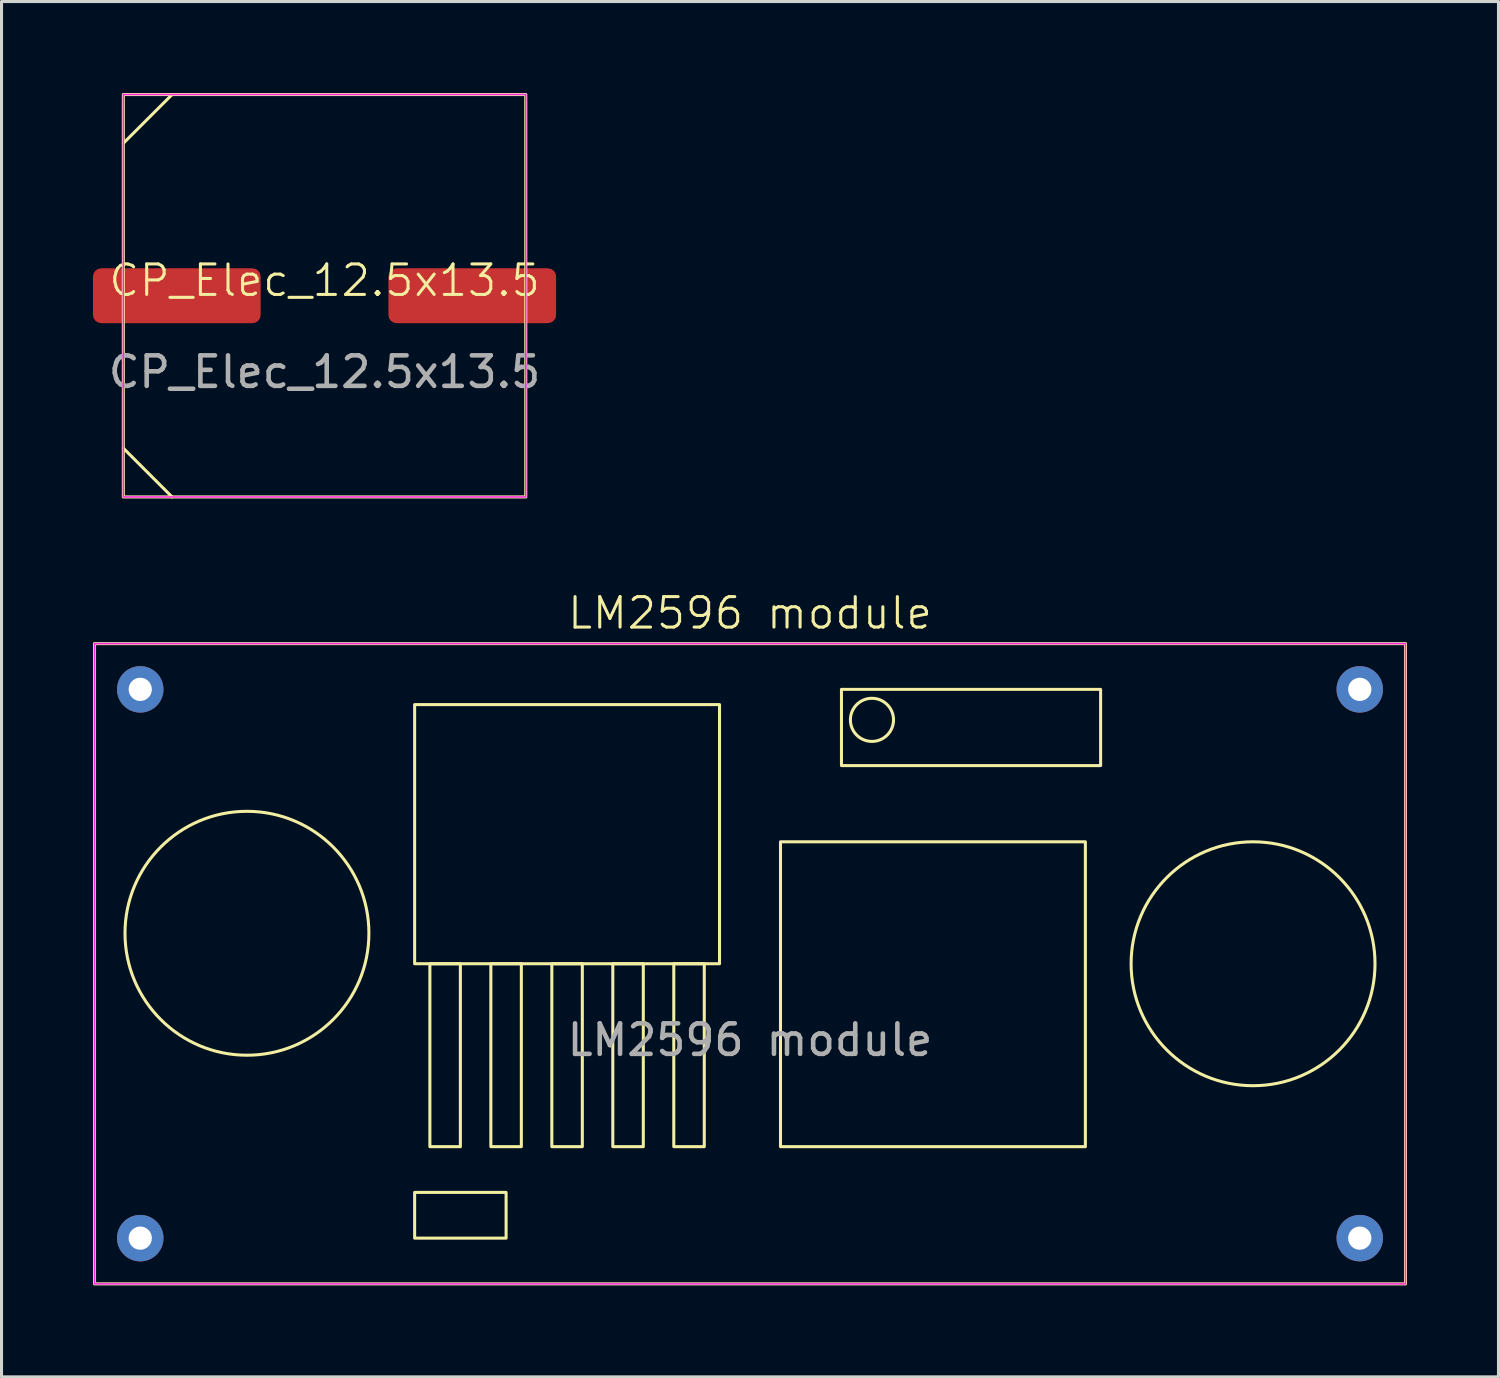
<source format=kicad_pcb>
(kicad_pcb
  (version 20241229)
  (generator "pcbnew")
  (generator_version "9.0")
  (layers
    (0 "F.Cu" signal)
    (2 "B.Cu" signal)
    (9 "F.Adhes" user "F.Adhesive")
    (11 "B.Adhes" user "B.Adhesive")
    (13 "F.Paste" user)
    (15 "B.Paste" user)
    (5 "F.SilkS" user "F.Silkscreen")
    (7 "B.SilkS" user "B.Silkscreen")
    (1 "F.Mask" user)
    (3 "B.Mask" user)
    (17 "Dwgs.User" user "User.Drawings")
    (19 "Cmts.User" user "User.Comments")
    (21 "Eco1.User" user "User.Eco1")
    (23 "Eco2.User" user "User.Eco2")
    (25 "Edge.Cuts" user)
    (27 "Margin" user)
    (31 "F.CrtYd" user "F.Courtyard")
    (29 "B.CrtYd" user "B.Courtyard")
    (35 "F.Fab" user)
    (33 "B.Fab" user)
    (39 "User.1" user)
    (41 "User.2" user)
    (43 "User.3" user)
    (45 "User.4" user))
  (footprint "CP_Elec_12.5x13.5"
    (layer "F.Cu")
    (at 7.595 6.65)
    (property "Reference" "CP_Elec_12.5x13.5" (at 0 -0.5 0) (unlocked yes) (layer "F.SilkS") (effects (font (size 1 1) (thickness 0.1))))
    (attr smd)
    (fp_line (start -6.6 -5) (end -5 -6.6) (stroke (width 0.1) (type default)) (layer "F.SilkS"))
    (fp_line (start -6.6 5) (end -5 6.6) (stroke (width 0.1) (type default)) (layer "F.SilkS"))
    (fp_rect (start -6.6 -6.6) (end 6.6 6.6) (stroke (width 0.1) (type default)) (fill no) (layer "F.SilkS"))
    (fp_rect (start -6.6 -6.6) (end 6.6 6.6) (stroke (width 0.05) (type default)) (fill no) (layer "F.CrtYd"))
    (fp_text user "${REFERENCE}" (at 0 2.5 0) (unlocked yes) (layer "F.Fab") (effects (font (size 1 1) (thickness 0.15))))
    (pad "1" smd roundrect (at -4.845 0) (size 5.5 1.8) (layers "F.Cu" "F.Mask" "F.Paste") (roundrect_rratio 0.15))
    (pad "2" smd roundrect (at 4.845 0) (size 5.5 1.8) (layers "F.Cu" "F.Mask" "F.Paste") (roundrect_rratio 0.15)))
  (footprint "LM2596 module"
    (layer "F.Cu")
    (at 21.55 28.561)
    (property "Reference" "LM2596 module" (at 0 -11.5 0) (unlocked yes) (layer "F.SilkS") (effects (font (size 1 1) (thickness 0.1))))
    (attr through_hole exclude_from_bom)
    (fp_rect (start -21.5 -10.5) (end 21.5 10.5) (stroke (width 0.1) (type default)) (fill no) (layer "F.SilkS"))
    (fp_rect (start -11 -8.5) (end -1 0) (stroke (width 0.1) (type default)) (fill no) (layer "F.SilkS"))
    (fp_rect (start -11 7.5) (end -8 9) (stroke (width 0.1) (type default)) (fill no) (layer "F.SilkS"))
    (fp_rect (start -10.5 0) (end -9.5 6) (stroke (width 0.1) (type default)) (fill no) (layer "F.SilkS"))
    (fp_rect (start -8.5 0) (end -7.5 6) (stroke (width 0.1) (type default)) (fill no) (layer "F.SilkS"))
    (fp_rect (start -6.5 0) (end -5.5 6) (stroke (width 0.1) (type default)) (fill no) (layer "F.SilkS"))
    (fp_rect (start -4.5 0) (end -3.5 6) (stroke (width 0.1) (type default)) (fill no) (layer "F.SilkS"))
    (fp_rect (start -2.5 0) (end -1.5 6) (stroke (width 0.1) (type default)) (fill no) (layer "F.SilkS"))
    (fp_rect (start 1 -4) (end 11 6) (stroke (width 0.1) (type default)) (fill no) (layer "F.SilkS"))
    (fp_rect (start 3 -9) (end 11.5 -6.5) (stroke (width 0.1) (type default)) (fill no) (layer "F.SilkS"))
    (fp_circle (center -16.5 -1) (end -12.5 -1) (stroke (width 0.1) (type default)) (fill no) (layer "F.SilkS"))
    (fp_circle (center 4 -8) (end 4.5 -7.5) (stroke (width 0.1) (type default)) (fill no) (layer "F.SilkS"))
    (fp_circle (center 16.5 0) (end 20.5 0) (stroke (width 0.1) (type default)) (fill no) (layer "F.SilkS"))
    (fp_rect (start -21.5 -10.5) (end 21.5 10.5) (stroke (width 0.05) (type default)) (fill no) (layer "F.CrtYd"))
    (fp_text user "${REFERENCE}" (at 0 2.5 0) (unlocked yes) (layer "F.Fab") (effects (font (size 1 1) (thickness 0.15))))
    (pad "1" thru_hole circle (at -20 -9) (size 1.524 1.524) (drill 0.762) (layers "*.Cu" "*.Mask"))
    (pad "2" thru_hole circle (at -20 9) (size 1.524 1.524) (drill 0.762) (layers "*.Cu" "*.Mask"))
    (pad "3" thru_hole circle (at 20 9) (size 1.524 1.524) (drill 0.762) (layers "*.Cu" "*.Mask"))
    (pad "4" thru_hole circle (at 20 -9) (size 1.524 1.524) (drill 0.762) (layers "*.Cu" "*.Mask")))
  (gr_rect
    (start -3 -3)
    (end 46.1 42.111)
    (stroke (width 0.1) (type default))
    (fill no)
    (layer "Edge.Cuts")))
</source>
